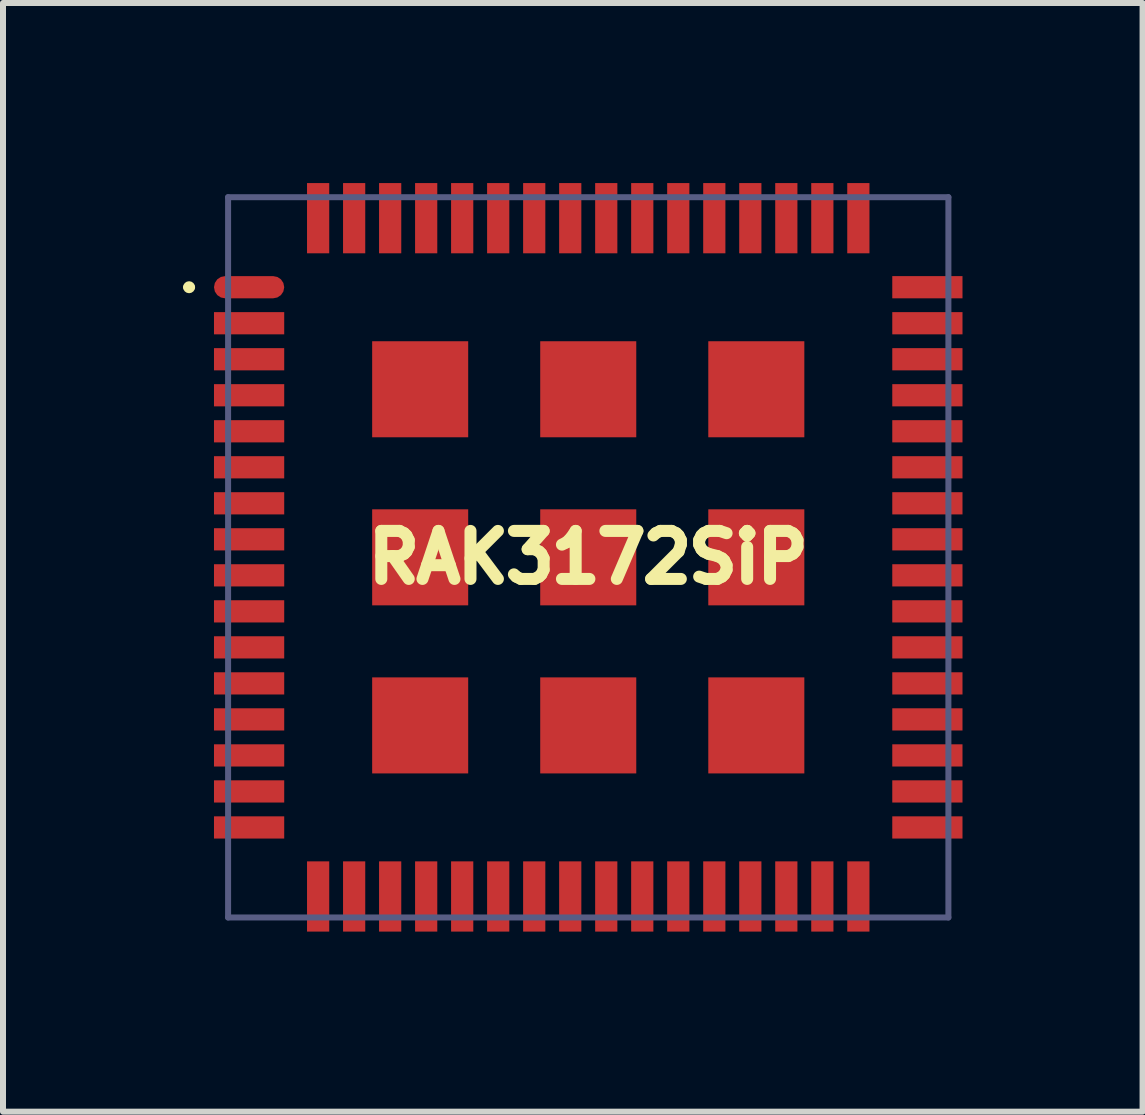
<source format=kicad_pcb>
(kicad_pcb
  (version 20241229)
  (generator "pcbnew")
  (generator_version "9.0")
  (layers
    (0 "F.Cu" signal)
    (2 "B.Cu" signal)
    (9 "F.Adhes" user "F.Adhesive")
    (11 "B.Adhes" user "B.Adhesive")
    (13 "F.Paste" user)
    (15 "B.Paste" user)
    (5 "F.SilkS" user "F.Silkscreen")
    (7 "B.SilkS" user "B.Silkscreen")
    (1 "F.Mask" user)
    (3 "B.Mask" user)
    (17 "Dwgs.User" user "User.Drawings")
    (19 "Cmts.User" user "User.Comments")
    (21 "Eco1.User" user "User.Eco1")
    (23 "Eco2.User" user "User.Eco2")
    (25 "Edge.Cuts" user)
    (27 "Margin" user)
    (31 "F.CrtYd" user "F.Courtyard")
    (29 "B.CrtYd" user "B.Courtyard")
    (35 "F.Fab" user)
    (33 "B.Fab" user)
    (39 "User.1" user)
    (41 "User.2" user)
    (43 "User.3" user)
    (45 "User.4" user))
  (footprint "RAK3172SiP"
    (layer "F.Cu")
    (at 6.75 6.235)
    (property "Reference" "RAK3172SiP" (at 0 0 0) (layer "F.SilkS") (effects (font (size 0.8 0.8) (thickness 1.5))))
    (fp_arc (start -6.7 -4.50001) (mid -6.65 -4.55001) (end -6.6 -4.50001) (stroke (width 0.1) (type solid)) (layer "F.SilkS"))
    (fp_arc (start -6.6 -4.50001) (mid -6.65 -4.45001) (end -6.7 -4.50001) (stroke (width 0.1) (type solid)) (layer "F.SilkS"))
    (fp_line (start -6 -6) (end -6 6) (stroke (width 0.1) (type solid)) (layer "B.Fab"))
    (fp_line (start -6 -6) (end 6 -6) (stroke (width 0.1) (type solid)) (layer "B.Fab"))
    (fp_line (start -6 6) (end 6 6) (stroke (width 0.1) (type solid)) (layer "B.Fab"))
    (fp_line (start 6 -6) (end 6 6) (stroke (width 0.1) (type solid)) (layer "B.Fab"))
    (pad "1" smd roundrect (at -5.65 -4.5) (size 1.17 0.37) (layers "F.Cu" "F.Mask" "F.Paste") (roundrect_rratio 0.5))
    (pad "2" smd rect (at -5.65 -3.9) (size 1.17 0.37) (layers "F.Cu" "F.Mask" "F.Paste"))
    (pad "3" smd rect (at -5.65 -3.3) (size 1.17 0.37) (layers "F.Cu" "F.Mask" "F.Paste"))
    (pad "4" smd rect (at -5.65 -2.7) (size 1.17 0.37) (layers "F.Cu" "F.Mask" "F.Paste"))
    (pad "5" smd rect (at -5.65 -2.1) (size 1.17 0.37) (layers "F.Cu" "F.Mask" "F.Paste"))
    (pad "6" smd rect (at -5.65 -1.5) (size 1.17 0.37) (layers "F.Cu" "F.Mask" "F.Paste"))
    (pad "7" smd rect (at -5.65 -0.9) (size 1.17 0.37) (layers "F.Cu" "F.Mask" "F.Paste"))
    (pad "8" smd rect (at -5.65 -0.3) (size 1.17 0.37) (layers "F.Cu" "F.Mask" "F.Paste"))
    (pad "9" smd rect (at -5.65 0.3) (size 1.17 0.37) (layers "F.Cu" "F.Mask" "F.Paste"))
    (pad "10" smd rect (at -5.65 0.9) (size 1.17 0.37) (layers "F.Cu" "F.Mask" "F.Paste"))
    (pad "11" smd rect (at -5.65 1.5) (size 1.17 0.37) (layers "F.Cu" "F.Mask" "F.Paste"))
    (pad "12" smd rect (at -5.65 2.1) (size 1.17 0.37) (layers "F.Cu" "F.Mask" "F.Paste"))
    (pad "13" smd rect (at -5.65 2.7) (size 1.17 0.37) (layers "F.Cu" "F.Mask" "F.Paste"))
    (pad "14" smd rect (at -5.65 3.3) (size 1.17 0.37) (layers "F.Cu" "F.Mask" "F.Paste"))
    (pad "15" smd rect (at -5.65 3.9) (size 1.17 0.37) (layers "F.Cu" "F.Mask" "F.Paste"))
    (pad "16" smd rect (at -5.65 4.5) (size 1.17 0.37) (layers "F.Cu" "F.Mask" "F.Paste"))
    (pad "17" smd rect (at -4.5 5.65 90) (size 1.17 0.37) (layers "F.Cu" "F.Mask" "F.Paste"))
    (pad "18" smd rect (at -3.9 5.65 90) (size 1.17 0.37) (layers "F.Cu" "F.Mask" "F.Paste"))
    (pad "19" smd rect (at -3.3 5.65 90) (size 1.17 0.37) (layers "F.Cu" "F.Mask" "F.Paste"))
    (pad "20" smd rect (at -2.7 5.65 90) (size 1.17 0.37) (layers "F.Cu" "F.Mask" "F.Paste"))
    (pad "21" smd rect (at -2.1 5.65 90) (size 1.17 0.37) (layers "F.Cu" "F.Mask" "F.Paste"))
    (pad "22" smd rect (at -1.5 5.65 90) (size 1.17 0.37) (layers "F.Cu" "F.Mask" "F.Paste"))
    (pad "23" smd rect (at -0.9 5.65 90) (size 1.17 0.37) (layers "F.Cu" "F.Mask" "F.Paste"))
    (pad "24" smd rect (at -0.3 5.65 90) (size 1.17 0.37) (layers "F.Cu" "F.Mask" "F.Paste"))
    (pad "25" smd rect (at 0.3 5.65 90) (size 1.17 0.37) (layers "F.Cu" "F.Mask" "F.Paste"))
    (pad "26" smd rect (at 0.9 5.65 90) (size 1.17 0.37) (layers "F.Cu" "F.Mask" "F.Paste"))
    (pad "27" smd rect (at 1.5 5.65 90) (size 1.17 0.37) (layers "F.Cu" "F.Mask" "F.Paste"))
    (pad "28" smd rect (at 2.1 5.65 90) (size 1.17 0.37) (layers "F.Cu" "F.Mask" "F.Paste"))
    (pad "29" smd rect (at 2.7 5.65 90) (size 1.17 0.37) (layers "F.Cu" "F.Mask" "F.Paste"))
    (pad "30" smd rect (at 3.3 5.65 90) (size 1.17 0.37) (layers "F.Cu" "F.Mask" "F.Paste"))
    (pad "31" smd rect (at 3.9 5.65 90) (size 1.17 0.37) (layers "F.Cu" "F.Mask" "F.Paste"))
    (pad "32" smd rect (at 4.5 5.65 90) (size 1.17 0.37) (layers "F.Cu" "F.Mask" "F.Paste"))
    (pad "33" smd rect (at 5.65 4.5) (size 1.17 0.37) (layers "F.Cu" "F.Mask" "F.Paste"))
    (pad "34" smd rect (at 5.65 3.9) (size 1.17 0.37) (layers "F.Cu" "F.Mask" "F.Paste"))
    (pad "35" smd rect (at 5.65 3.3) (size 1.17 0.37) (layers "F.Cu" "F.Mask" "F.Paste"))
    (pad "36" smd rect (at 5.65 2.7) (size 1.17 0.37) (layers "F.Cu" "F.Mask" "F.Paste"))
    (pad "37" smd rect (at 5.65 2.1) (size 1.17 0.37) (layers "F.Cu" "F.Mask" "F.Paste"))
    (pad "38" smd rect (at 5.65 1.5) (size 1.17 0.37) (layers "F.Cu" "F.Mask" "F.Paste"))
    (pad "39" smd rect (at 5.65 0.9) (size 1.17 0.37) (layers "F.Cu" "F.Mask" "F.Paste"))
    (pad "40" smd rect (at 5.65 0.3) (size 1.17 0.37) (layers "F.Cu" "F.Mask" "F.Paste"))
    (pad "41" smd rect (at 5.65 -0.3) (size 1.17 0.37) (layers "F.Cu" "F.Mask" "F.Paste"))
    (pad "42" smd rect (at 5.65 -0.9) (size 1.17 0.37) (layers "F.Cu" "F.Mask" "F.Paste"))
    (pad "43" smd rect (at 5.65 -1.5) (size 1.17 0.37) (layers "F.Cu" "F.Mask" "F.Paste"))
    (pad "44" smd rect (at 5.65 -2.1) (size 1.17 0.37) (layers "F.Cu" "F.Mask" "F.Paste"))
    (pad "45" smd rect (at 5.65 -2.7) (size 1.17 0.37) (layers "F.Cu" "F.Mask" "F.Paste"))
    (pad "46" smd rect (at 5.65 -3.3) (size 1.17 0.37) (layers "F.Cu" "F.Mask" "F.Paste"))
    (pad "47" smd rect (at 5.65 -3.9) (size 1.17 0.37) (layers "F.Cu" "F.Mask" "F.Paste"))
    (pad "48" smd rect (at 5.65 -4.5) (size 1.17 0.37) (layers "F.Cu" "F.Mask" "F.Paste"))
    (pad "49" smd rect (at 4.5 -5.65 90) (size 1.17 0.37) (layers "F.Cu" "F.Mask" "F.Paste"))
    (pad "50" smd rect (at 3.9 -5.65 90) (size 1.17 0.37) (layers "F.Cu" "F.Mask" "F.Paste"))
    (pad "51" smd rect (at 3.3 -5.65 90) (size 1.17 0.37) (layers "F.Cu" "F.Mask" "F.Paste"))
    (pad "52" smd rect (at 2.7 -5.65 90) (size 1.17 0.37) (layers "F.Cu" "F.Mask" "F.Paste"))
    (pad "53" smd rect (at 2.1 -5.65 90) (size 1.17 0.37) (layers "F.Cu" "F.Mask" "F.Paste"))
    (pad "54" smd rect (at 1.5 -5.65 90) (size 1.17 0.37) (layers "F.Cu" "F.Mask" "F.Paste"))
    (pad "55" smd rect (at 0.9 -5.65 90) (size 1.17 0.37) (layers "F.Cu" "F.Mask" "F.Paste"))
    (pad "56" smd rect (at 0.3 -5.65 90) (size 1.17 0.37) (layers "F.Cu" "F.Mask" "F.Paste"))
    (pad "57" smd rect (at -0.3 -5.65 90) (size 1.17 0.37) (layers "F.Cu" "F.Mask" "F.Paste"))
    (pad "58" smd rect (at -0.9 -5.65 90) (size 1.17 0.37) (layers "F.Cu" "F.Mask" "F.Paste"))
    (pad "59" smd rect (at -1.5 -5.65 90) (size 1.17 0.37) (layers "F.Cu" "F.Mask" "F.Paste"))
    (pad "60" smd rect (at -2.1 -5.65 90) (size 1.17 0.37) (layers "F.Cu" "F.Mask" "F.Paste"))
    (pad "61" smd rect (at -2.7 -5.65 90) (size 1.17 0.37) (layers "F.Cu" "F.Mask" "F.Paste"))
    (pad "62" smd rect (at -3.3 -5.65 90) (size 1.17 0.37) (layers "F.Cu" "F.Mask" "F.Paste"))
    (pad "63" smd rect (at -3.9 -5.65 90) (size 1.17 0.37) (layers "F.Cu" "F.Mask" "F.Paste"))
    (pad "64" smd rect (at -4.5 -5.65 90) (size 1.17 0.37) (layers "F.Cu" "F.Mask" "F.Paste"))
    (pad "65" smd rect (at -2.8 -2.8 90) (size 1.6 1.6) (layers "F.Cu" "F.Mask" "F.Paste"))
    (pad "66" smd rect (at 0 -2.8 90) (size 1.6 1.6) (layers "F.Cu" "F.Mask" "F.Paste"))
    (pad "67" smd rect (at 2.8 -2.8 90) (size 1.6 1.6) (layers "F.Cu" "F.Mask" "F.Paste"))
    (pad "68" smd rect (at -2.8 0 90) (size 1.6 1.6) (layers "F.Cu" "F.Mask" "F.Paste"))
    (pad "69" smd rect (at 0 0 90) (size 1.6 1.6) (layers "F.Cu" "F.Mask" "F.Paste"))
    (pad "70" smd rect (at 2.8 0 90) (size 1.6 1.6) (layers "F.Cu" "F.Mask" "F.Paste"))
    (pad "71" smd rect (at -2.8 2.8 90) (size 1.6 1.6) (layers "F.Cu" "F.Mask" "F.Paste"))
    (pad "72" smd rect (at 0 2.8 90) (size 1.6 1.6) (layers "F.Cu" "F.Mask" "F.Paste"))
    (pad "73" smd rect (at 2.8 2.8 90) (size 1.6 1.6) (layers "F.Cu" "F.Mask" "F.Paste")))
  (gr_rect
    (start -3 -3)
    (end 15.985 15.47)
    (stroke (width 0.1) (type default))
    (fill no)
    (layer "Edge.Cuts")))
</source>
